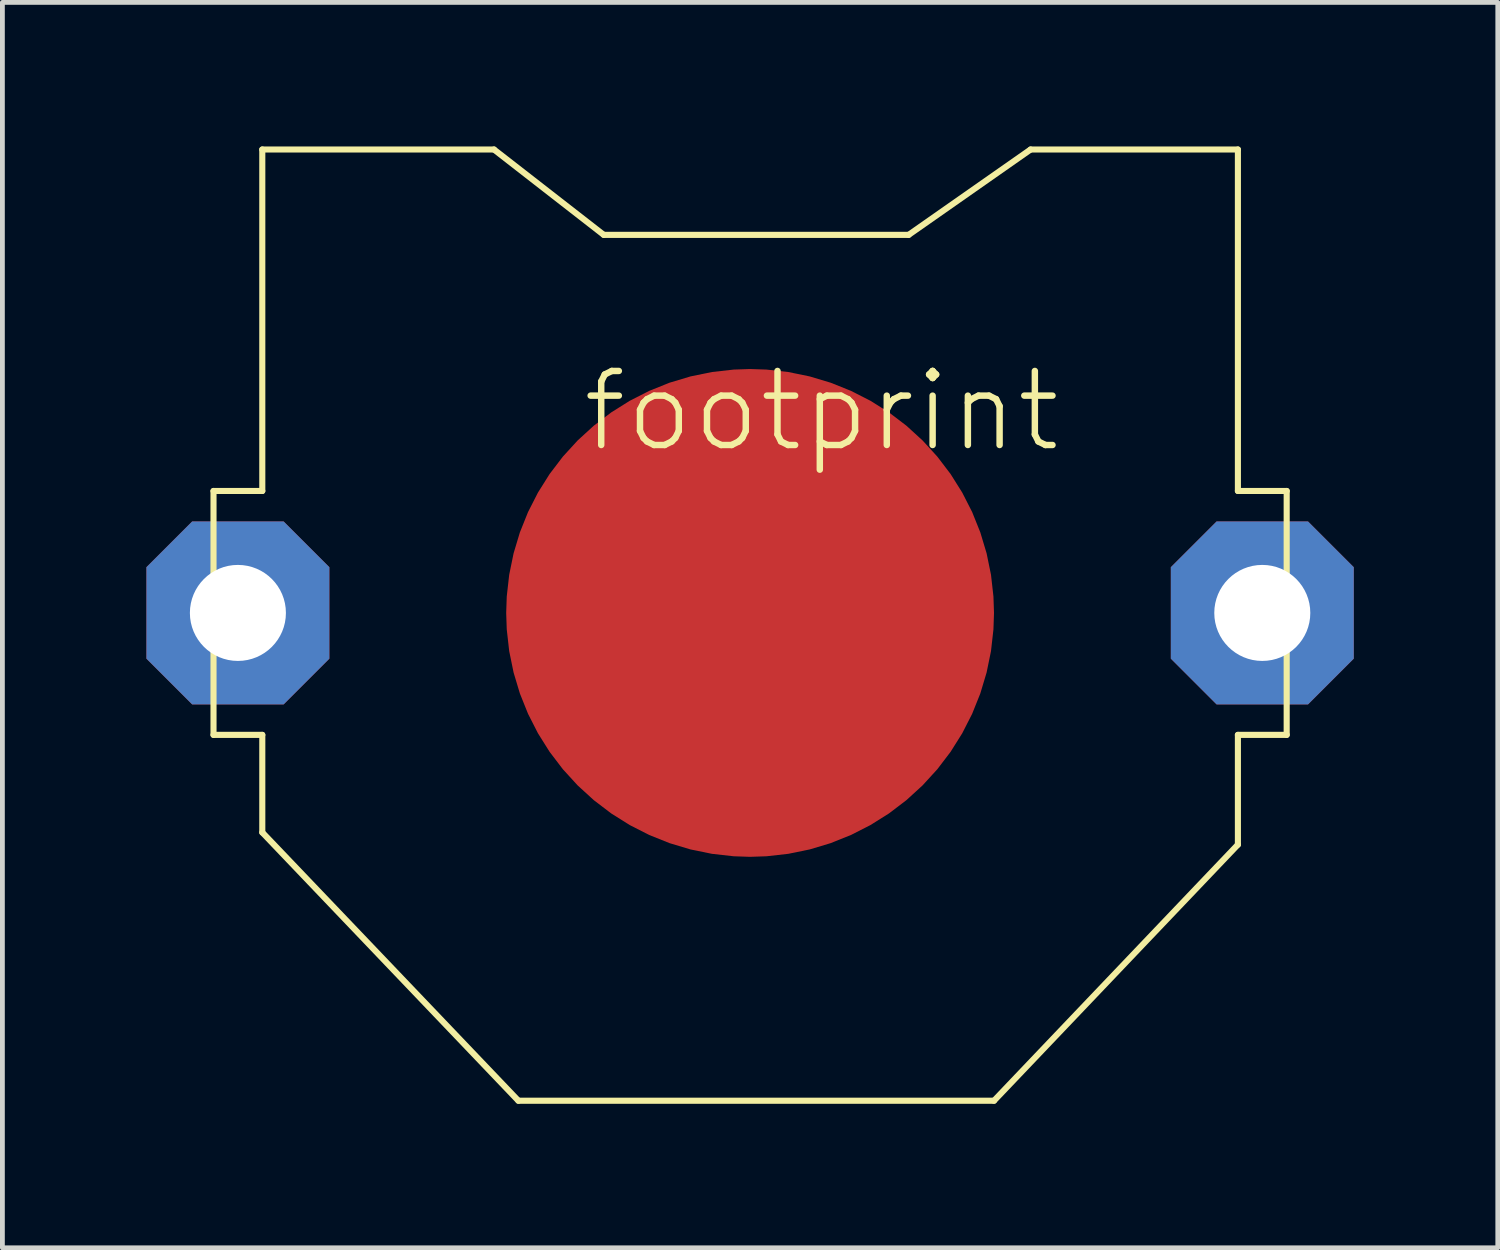
<source format=kicad_pcb>
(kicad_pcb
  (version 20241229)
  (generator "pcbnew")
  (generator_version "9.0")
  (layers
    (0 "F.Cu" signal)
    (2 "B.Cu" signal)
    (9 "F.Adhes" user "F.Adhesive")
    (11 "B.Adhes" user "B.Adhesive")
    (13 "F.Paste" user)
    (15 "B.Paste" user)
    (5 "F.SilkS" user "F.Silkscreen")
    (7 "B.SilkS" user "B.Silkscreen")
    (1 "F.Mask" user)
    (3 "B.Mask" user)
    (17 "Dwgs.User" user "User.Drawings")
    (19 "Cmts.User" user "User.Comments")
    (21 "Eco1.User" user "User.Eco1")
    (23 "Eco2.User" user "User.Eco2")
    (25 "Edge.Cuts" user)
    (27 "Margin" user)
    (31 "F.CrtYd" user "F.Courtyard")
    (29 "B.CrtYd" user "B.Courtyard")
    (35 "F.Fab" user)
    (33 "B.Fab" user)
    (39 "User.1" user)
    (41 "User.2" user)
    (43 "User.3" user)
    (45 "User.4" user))
  (footprint "footprint"
    (layer "F.Cu")
    (at 12.573 9.716)
    (property "Reference" "footprint" (at -3.556 -3.302 0) (layer "F.SilkS") (effects (font (size 1.542 1.542) (thickness 0.134)) (justify left bottom)))
    (fp_poly (pts (xy 0.548 -7.664) (xy 1.093 -7.605) (xy 1.633 -7.508) (xy 2.165 -7.372) (xy 2.685 -7.199) (xy 3.192 -6.989) (xy 3.682 -6.744) (xy 4.154 -6.464) (xy 4.605 -6.151) (xy 5.032 -5.807) (xy 5.433 -5.433) (xy 5.807 -5.032) (xy 6.151 -4.605) (xy 6.464 -4.154) (xy 6.744 -3.682) (xy 6.989 -3.192) (xy 7.199 -2.685) (xy 7.372 -2.165) (xy 7.508 -1.633) (xy 7.605 -1.093) (xy 7.664 -0.548) (xy 7.684 0) (xy 7.664 0.548) (xy 7.605 1.093) (xy 7.508 1.633) (xy 7.372 2.165) (xy 7.199 2.685) (xy 6.989 3.192) (xy 6.744 3.682) (xy 6.464 4.154) (xy 6.151 4.605) (xy 5.807 5.032) (xy 5.433 5.433) (xy 5.032 5.807) (xy 4.605 6.151) (xy 4.154 6.464) (xy 3.682 6.744) (xy 3.192 6.989) (xy 2.685 7.199) (xy 2.165 7.372) (xy 1.633 7.508) (xy 1.093 7.605) (xy 0.548 7.664) (xy 0 7.684) (xy -0.548 7.664) (xy -1.093 7.605) (xy -1.633 7.508) (xy -2.165 7.372) (xy -2.685 7.199) (xy -3.192 6.989) (xy -3.682 6.744) (xy -4.154 6.464) (xy -4.605 6.151) (xy -5.032 5.807) (xy -5.433 5.433) (xy -5.807 5.032) (xy -6.151 4.605) (xy -6.464 4.154) (xy -6.744 3.682) (xy -6.989 3.192) (xy -7.199 2.685) (xy -7.372 2.165) (xy -7.508 1.633) (xy -7.605 1.093) (xy -7.664 0.548) (xy -7.684 -0.001) (xy -7.606 -1.092) (xy -7.508 -1.633) (xy -7.372 -2.165) (xy -7.199 -2.685) (xy -6.989 -3.192) (xy -6.744 -3.682) (xy -6.464 -4.154) (xy -6.151 -4.605) (xy -5.807 -5.032) (xy -5.433 -5.433) (xy -5.032 -5.807) (xy -4.605 -6.151) (xy -4.154 -6.464) (xy -3.682 -6.744) (xy -3.192 -6.989) (xy -2.685 -7.199) (xy -2.165 -7.372) (xy -1.633 -7.508) (xy -1.093 -7.605) (xy -0.548 -7.664) (xy 0 -7.684)) (stroke (width 0) (type solid)) (fill yes) (layer "F.Mask"))
    (fp_line (start -11.176 -2.54) (end -11.176 2.54) (stroke (width 0.127) (type solid)) (layer "F.SilkS"))
    (fp_line (start -11.176 2.54) (end -10.16 2.54) (stroke (width 0.127) (type solid)) (layer "F.SilkS"))
    (fp_line (start -10.16 -9.652) (end -10.16 -2.54) (stroke (width 0.127) (type solid)) (layer "F.SilkS"))
    (fp_line (start -10.16 -2.54) (end -11.176 -2.54) (stroke (width 0.127) (type solid)) (layer "F.SilkS"))
    (fp_line (start -10.16 2.54) (end -10.16 4.572) (stroke (width 0.127) (type solid)) (layer "F.SilkS"))
    (fp_line (start -10.16 4.572) (end -4.826 10.16) (stroke (width 0.127) (type solid)) (layer "F.SilkS"))
    (fp_line (start -5.334 -9.652) (end -10.16 -9.652) (stroke (width 0.127) (type solid)) (layer "F.SilkS"))
    (fp_line (start -4.826 10.16) (end 5.08 10.16) (stroke (width 0.127) (type solid)) (layer "F.SilkS"))
    (fp_line (start -3.048 -7.874) (end -5.334 -9.652) (stroke (width 0.127) (type solid)) (layer "F.SilkS"))
    (fp_line (start 3.302 -7.874) (end -3.048 -7.874) (stroke (width 0.127) (type solid)) (layer "F.SilkS"))
    (fp_line (start 5.08 10.16) (end 10.16 4.826) (stroke (width 0.127) (type solid)) (layer "F.SilkS"))
    (fp_line (start 5.842 -9.652) (end 3.302 -7.874) (stroke (width 0.127) (type solid)) (layer "F.SilkS"))
    (fp_line (start 10.16 -9.652) (end 5.842 -9.652) (stroke (width 0.127) (type solid)) (layer "F.SilkS"))
    (fp_line (start 10.16 -2.54) (end 10.16 -9.652) (stroke (width 0.127) (type solid)) (layer "F.SilkS"))
    (fp_line (start 10.16 2.54) (end 11.176 2.54) (stroke (width 0.127) (type solid)) (layer "F.SilkS"))
    (fp_line (start 10.16 4.826) (end 10.16 2.54) (stroke (width 0.127) (type solid)) (layer "F.SilkS"))
    (fp_line (start 11.176 -2.54) (end 10.16 -2.54) (stroke (width 0.127) (type solid)) (layer "F.SilkS"))
    (fp_line (start 11.176 2.54) (end 11.176 -2.54) (stroke (width 0.127) (type solid)) (layer "F.SilkS"))
    (pad "+1" thru_hole roundrect (at -10.668 0) (size 3.81 3.81) (drill 2) (layers "*.Cu" "*.Mask") (roundrect_rratio 0.25) (chamfer_ratio 0.25) (chamfer top_left top_right bottom_left bottom_right))
    (pad "+2" thru_hole roundrect (at 10.668 0) (size 3.81 3.81) (drill 2) (layers "*.Cu" "*.Mask") (roundrect_rratio 0.25) (chamfer_ratio 0.25) (chamfer top_left top_right bottom_left bottom_right))
    (pad "-" smd roundrect (at 0 0) (size 10.16 10.16) (layers "F.Cu" "F.Mask" "F.Paste") (roundrect_rratio 0.5)))
  (gr_rect
    (start -3 -3)
    (end 28.146 22.939)
    (stroke (width 0.1) (type default))
    (fill no)
    (layer "Edge.Cuts")))
</source>
